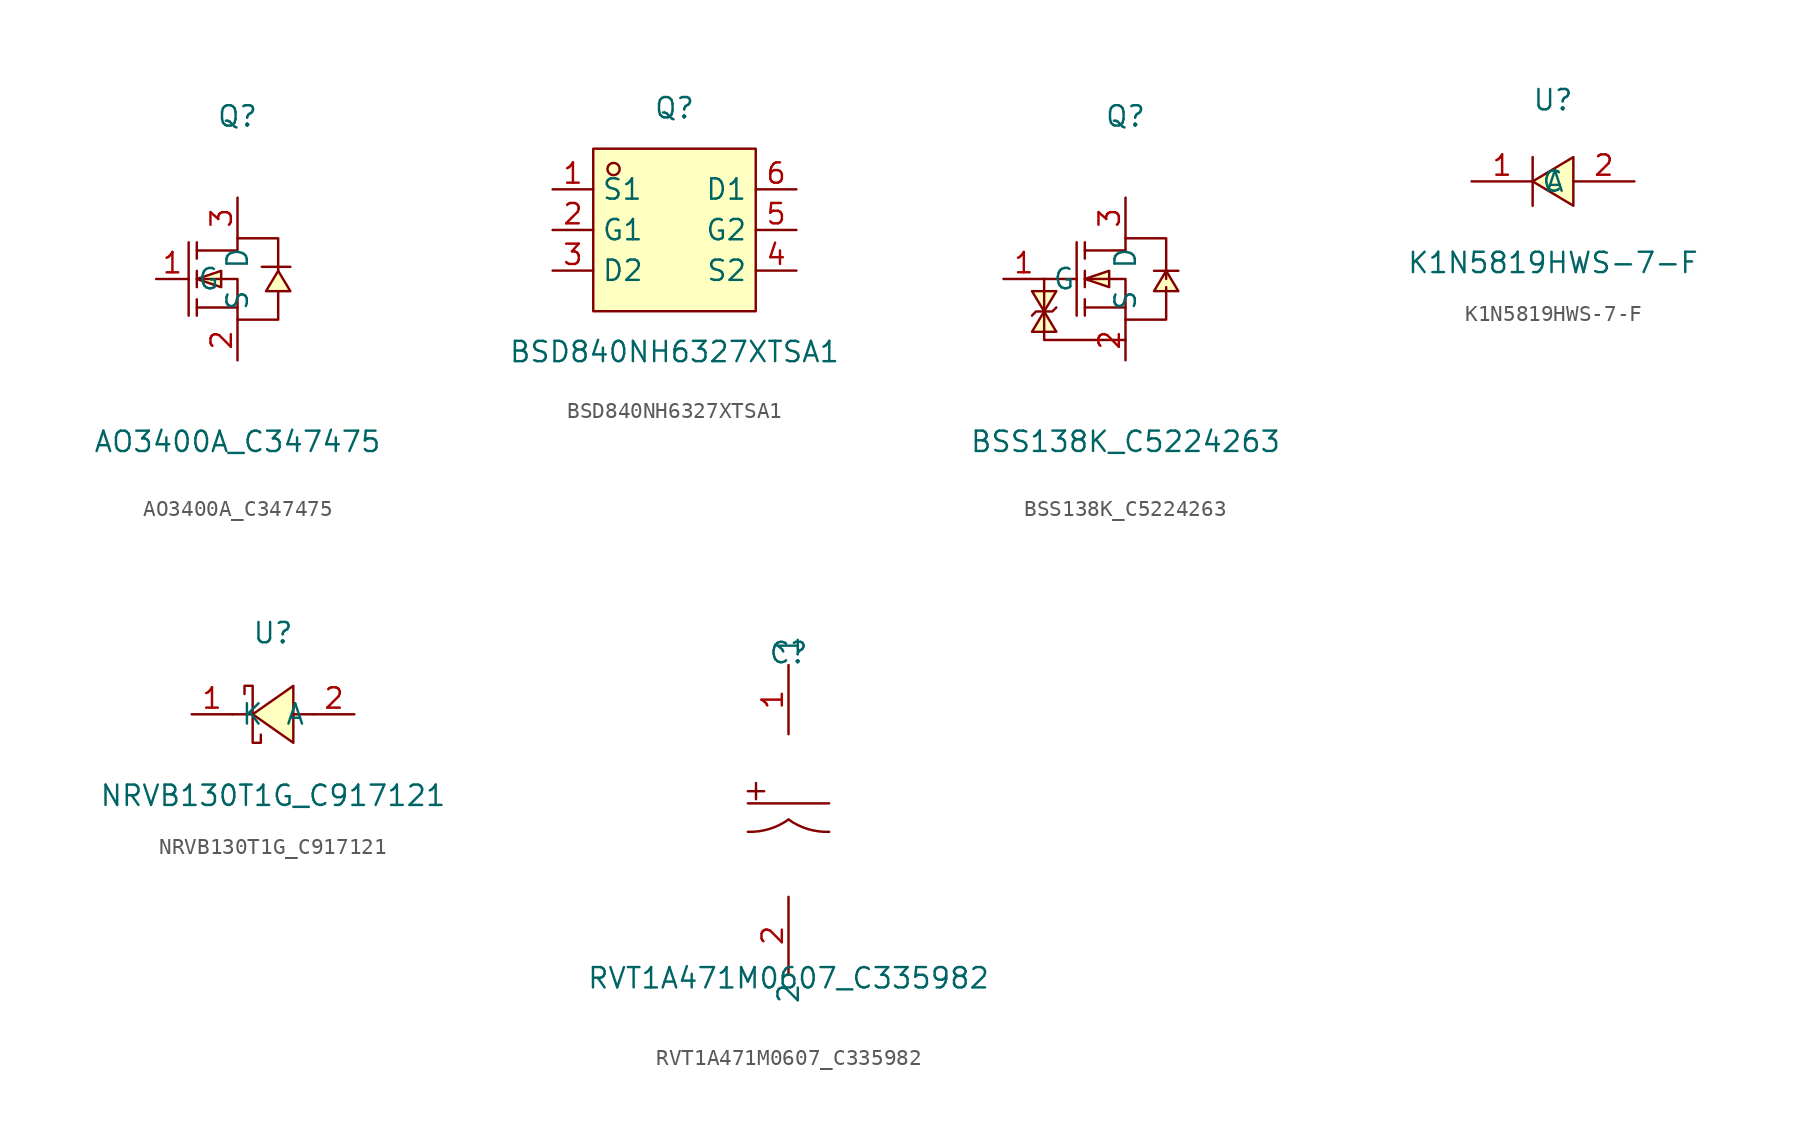
<source format=kicad_sym>
(kicad_symbol_lib
  (version 20211014)
  (generator https://github.com/uPesy/easyeda2kicad.py)
  (symbol "AO3400A_C347475"
    (property "Reference" "Q"
      (at 0 10.16 0)
      (effects (font (size 1.27 1.27))))
    (property "Value" "AO3400A_C347475"
      (at 0 -10.16 0)
      (effects (font (size 1.27 1.27))))
    (symbol "AO3400A_C347475_0_1"
      (polyline (pts (xy 1.52 0.76) (xy 3.30 0.76)) (stroke (width 0) (type default) (color 0 0 0 0)) (fill (type none)))
      (polyline (pts (xy -2.54 -2.29) (xy -2.54 -1.27)) (stroke (width 0) (type default) (color 0 0 0 0)) (fill (type none)))
      (polyline (pts (xy -2.54 -0.51) (xy -2.54 0.51)) (stroke (width 0) (type default) (color 0 0 0 0)) (fill (type none)))
      (polyline (pts (xy -2.54 2.29) (xy -2.54 1.27)) (stroke (width 0) (type default) (color 0 0 0 0)) (fill (type none)))
      (polyline (pts (xy -3.05 2.29) (xy -3.05 -2.29)) (stroke (width 0) (type default) (color 0 0 0 0)) (fill (type none)))
      (polyline (pts (xy 0.00 -1.78) (xy -2.54 -1.78)) (stroke (width 0) (type default) (color 0 0 0 0)) (fill (type none)))
      (polyline (pts (xy -2.54 -0.00) (xy 0.00 -0.00) (xy 0.00 -2.54) (xy 2.54 -2.54) (xy 2.54 -0.76)) (stroke (width 0) (type default) (color 0 0 0 0)) (fill (type none)))
      (polyline (pts (xy -2.54 1.78) (xy 0.00 1.78) (xy 0.00 2.54) (xy 2.54 2.54) (xy 2.54 0.51)) (stroke (width 0) (type default) (color 0 0 0 0)) (fill (type none)))
      (polyline (pts (xy 2.54 0.51) (xy 1.78 -0.76) (xy 3.30 -0.76) (xy 2.54 0.51)) (stroke (width 0) (type default) (color 0 0 0 0)) (fill (type background)))
      (polyline (pts (xy -2.54 -0.00) (xy -1.02 -0.51) (xy -1.02 0.51) (xy -2.54 -0.00)) (stroke (width 0) (type default) (color 0 0 0 0)) (fill (type background)))
      (pin unspecified line (at 0.00 -5.08 90) (length 2.54) (name "S" (effects (font (size 1.27 1.27)))) (number "2" (effects (font (size 1.27 1.27)))))
      (pin unspecified line (at -5.08 -0.00 0) (length 2.032) (name "G" (effects (font (size 1.27 1.27)))) (number "1" (effects (font (size 1.27 1.27)))))
      (pin unspecified line (at 0.00 5.08 270) (length 2.54) (name "D" (effects (font (size 1.27 1.27)))) (number "3" (effects (font (size 1.27 1.27)))))))
  (symbol "BSD840NH6327XTSA1"
    (property "Reference" "Q"
      (at 0 7.62 0)
      (effects (font (size 1.27 1.27))))
    (property "Value" "BSD840NH6327XTSA1"
      (at 0 -7.62 0)
      (effects (font (size 1.27 1.27))))
    (symbol "BSD840NH6327XTSA1_0_1"
      (rectangle (start -5.08 5.08) (end 5.08 -5.08) (stroke (width 0) (type default) (color 0 0 0 0)) (fill (type background)))
      (circle (center -3.81 3.81) (radius 0.38) (stroke (width 0) (type default) (color 0 0 0 0)) (fill (type none)))
      (pin unspecified line (at -7.62 2.54 0) (length 2.54) (name "S1" (effects (font (size 1.27 1.27)))) (number "1" (effects (font (size 1.27 1.27)))))
      (pin unspecified line (at -7.62 -0.00 0) (length 2.54) (name "G1" (effects (font (size 1.27 1.27)))) (number "2" (effects (font (size 1.27 1.27)))))
      (pin unspecified line (at -7.62 -2.54 0) (length 2.54) (name "D2" (effects (font (size 1.27 1.27)))) (number "3" (effects (font (size 1.27 1.27)))))
      (pin unspecified line (at 7.62 -2.54 180) (length 2.54) (name "S2" (effects (font (size 1.27 1.27)))) (number "4" (effects (font (size 1.27 1.27)))))
      (pin unspecified line (at 7.62 -0.00 180) (length 2.54) (name "G2" (effects (font (size 1.27 1.27)))) (number "5" (effects (font (size 1.27 1.27)))))
      (pin unspecified line (at 7.62 2.54 180) (length 2.54) (name "D1" (effects (font (size 1.27 1.27)))) (number "6" (effects (font (size 1.27 1.27)))))))
  (symbol "BSS138K_C5224263"
    (property "Reference" "Q"
      (at 0 10.16 0)
      (effects (font (size 1.27 1.27))))
    (property "Value" "BSS138K_C5224263"
      (at 0 -10.16 0)
      (effects (font (size 1.27 1.27))))
    (symbol "BSS138K_C5224263_0_1"
      (polyline (pts (xy 1.78 0.51) (xy 2.03 0.51) (xy 3.05 0.51) (xy 3.30 0.51)) (stroke (width 0) (type default) (color 0 0 0 0)) (fill (type none)))
      (polyline (pts (xy -5.08 -0.00) (xy -3.05 -0.00)) (stroke (width 0) (type default) (color 0 0 0 0)) (fill (type none)))
      (polyline (pts (xy -2.54 -2.29) (xy -2.54 -1.27)) (stroke (width 0) (type default) (color 0 0 0 0)) (fill (type none)))
      (polyline (pts (xy -2.54 -0.51) (xy -2.54 0.51)) (stroke (width 0) (type default) (color 0 0 0 0)) (fill (type none)))
      (polyline (pts (xy -2.54 1.27) (xy -2.54 2.29)) (stroke (width 0) (type default) (color 0 0 0 0)) (fill (type none)))
      (polyline (pts (xy -3.05 2.29) (xy -3.05 -2.29)) (stroke (width 0) (type default) (color 0 0 0 0)) (fill (type none)))
      (polyline (pts (xy 0.00 -1.78) (xy -2.54 -1.78)) (stroke (width 0) (type default) (color 0 0 0 0)) (fill (type none)))
      (polyline (pts (xy -2.54 -0.00) (xy 0.00 -0.00) (xy 0.00 -2.54)) (stroke (width 0) (type default) (color 0 0 0 0)) (fill (type none)))
      (polyline (pts (xy 0.00 1.78) (xy -2.54 1.78)) (stroke (width 0) (type default) (color 0 0 0 0)) (fill (type none)))
      (polyline (pts (xy 0.00 1.78) (xy 0.00 2.54) (xy 2.54 2.54) (xy 2.54 -0.00)) (stroke (width 0) (type default) (color 0 0 0 0)) (fill (type none)))
      (polyline (pts (xy 0.00 -2.54) (xy 2.54 -2.54) (xy 2.54 -0.51)) (stroke (width 0) (type default) (color 0 0 0 0)) (fill (type none)))
      (polyline (pts (xy -5.84 -2.29) (xy -5.59 -2.03) (xy -4.57 -2.03) (xy -4.32 -1.78)) (stroke (width 0) (type default) (color 0 0 0 0)) (fill (type none)))
      (polyline (pts (xy -5.08 -0.00) (xy -5.08 -2.79) (xy -5.08 -3.81) (xy 0.00 -3.81)) (stroke (width 0) (type default) (color 0 0 0 0)) (fill (type none)))
      (polyline (pts (xy 2.54 0.51) (xy 1.78 -0.76) (xy 3.30 -0.76) (xy 2.54 0.51)) (stroke (width 0) (type default) (color 0 0 0 0)) (fill (type background)))
      (polyline (pts (xy -2.54 -0.00) (xy -1.02 -0.51) (xy -1.02 0.51) (xy -2.54 -0.00)) (stroke (width 0) (type default) (color 0 0 0 0)) (fill (type background)))
      (polyline (pts (xy -5.08 -2.03) (xy -5.84 -3.30) (xy -4.32 -3.30) (xy -5.08 -2.03)) (stroke (width 0) (type default) (color 0 0 0 0)) (fill (type background)))
      (polyline (pts (xy -5.08 -2.03) (xy -4.32 -0.76) (xy -5.84 -0.76) (xy -5.08 -2.03)) (stroke (width 0) (type default) (color 0 0 0 0)) (fill (type background)))
      (pin unspecified line (at 0.00 -5.08 90) (length 2.54) (name "S" (effects (font (size 1.27 1.27)))) (number "2" (effects (font (size 1.27 1.27)))))
      (pin unspecified line (at -7.62 -0.00 0) (length 2.54) (name "G" (effects (font (size 1.27 1.27)))) (number "1" (effects (font (size 1.27 1.27)))))
      (pin unspecified line (at 0.00 5.08 270) (length 2.54) (name "D" (effects (font (size 1.27 1.27)))) (number "3" (effects (font (size 1.27 1.27)))))))
  (symbol "K1N5819HWS-7-F"
    (property "Reference" "U"
      (at 0 5.08 0)
      (effects (font (size 1.27 1.27))))
    (property "Value" "K1N5819HWS-7-F"
      (at 0 -5.08 0)
      (effects (font (size 1.27 1.27))))
    (symbol "K1N5819HWS-7-F_0_1"
      (polyline (pts (xy 1.27 1.52) (xy -1.27 -0.00) (xy 1.27 -1.52) (xy 1.27 1.52)) (stroke (width 0) (type default) (color 0 0 0 0)) (fill (type background)))
      (polyline (pts (xy -1.27 -1.52) (xy -1.27 1.52)) (stroke (width 0) (type default) (color 0 0 0 0)) (fill (type none)))
      (pin unspecified line (at 5.08 -0.00 180) (length 3.81) (name "A" (effects (font (size 1.27 1.27)))) (number "2" (effects (font (size 1.27 1.27)))))
      (pin unspecified line (at -5.08 -0.00 0) (length 3.81) (name "C" (effects (font (size 1.27 1.27)))) (number "1" (effects (font (size 1.27 1.27)))))))
  (symbol "NRVB130T1G_C917121"
    (property "Reference" "U"
      (at 0 5.08 0)
      (effects (font (size 1.27 1.27))))
    (property "Value" "NRVB130T1G_C917121"
      (at 0 -5.08 0)
      (effects (font (size 1.27 1.27))))
    (symbol "NRVB130T1G_C917121_0_1"
      (polyline (pts (xy 1.27 1.78) (xy -1.27 -0.00) (xy 1.27 -1.78) (xy 1.27 1.78)) (stroke (width 0) (type default) (color 0 0 0 0)) (fill (type background)))
      (polyline (pts (xy -1.78 1.27) (xy -1.78 1.78) (xy -1.27 1.78) (xy -1.27 -1.78) (xy -0.76 -1.78) (xy -0.76 -1.27)) (stroke (width 0) (type default) (color 0 0 0 0)) (fill (type none)))
      (polyline (pts (xy 2.54 -0.00) (xy 1.27 -0.00)) (stroke (width 0) (type default) (color 0 0 0 0)) (fill (type none)))
      (polyline (pts (xy -1.27 -0.00) (xy -2.54 -0.00)) (stroke (width 0) (type default) (color 0 0 0 0)) (fill (type none)))
      (pin unspecified line (at 5.08 -0.00 180) (length 2.54) (name "A" (effects (font (size 1.27 1.27)))) (number "2" (effects (font (size 1.27 1.27)))))
      (pin unspecified line (at -5.08 -0.00 0) (length 2.54) (name "K" (effects (font (size 1.27 1.27)))) (number "1" (effects (font (size 1.27 1.27)))))))
  (symbol "RVT1A471M0607_C335982"
    (property "Reference" "C"
      (at 0 10.16 0)
      (effects (font (size 1.27 1.27))))
    (property "Value" "RVT1A471M0607_C335982"
      (at 0 -10.16 0)
      (effects (font (size 1.27 1.27))))
    (symbol "RVT1A471M0607_C335982_0_1"
      (rectangle (start -2.54 1.52) (end -1.52 1.52) (stroke (width 0) (type default) (color 0 0 0 0)) (fill (type background)))
      (rectangle (start -2.03 2.03) (end -2.03 1.02) (stroke (width 0) (type default) (color 0 0 0 0)) (fill (type background)))
      (arc (start 0.00 -0.25) (mid 4.23 -4.70) (end 2.54 -1.02) (stroke (width 0) (type default) (color 0 0 0 0)) (fill (type none)))
      (arc (start -2.54 -1.02) (mid 3.94 -3.72) (end 0.00 -0.25) (stroke (width 0) (type default) (color 0 0 0 0)) (fill (type none)))
      (polyline (pts (xy -2.54 0.76) (xy 2.54 0.76)) (stroke (width 0) (type default) (color 0 0 0 0)) (fill (type none)))
      (pin unspecified line (at 0.00 5.08 90) (length 4.318) (name "1" (effects (font (size 1.27 1.27)))) (number "1" (effects (font (size 1.27 1.27)))))
      (pin unspecified line (at 0.00 -5.08 270) (length 4.826) (name "2" (effects (font (size 1.27 1.27)))) (number "2" (effects (font (size 1.27 1.27))))))))
</source>
